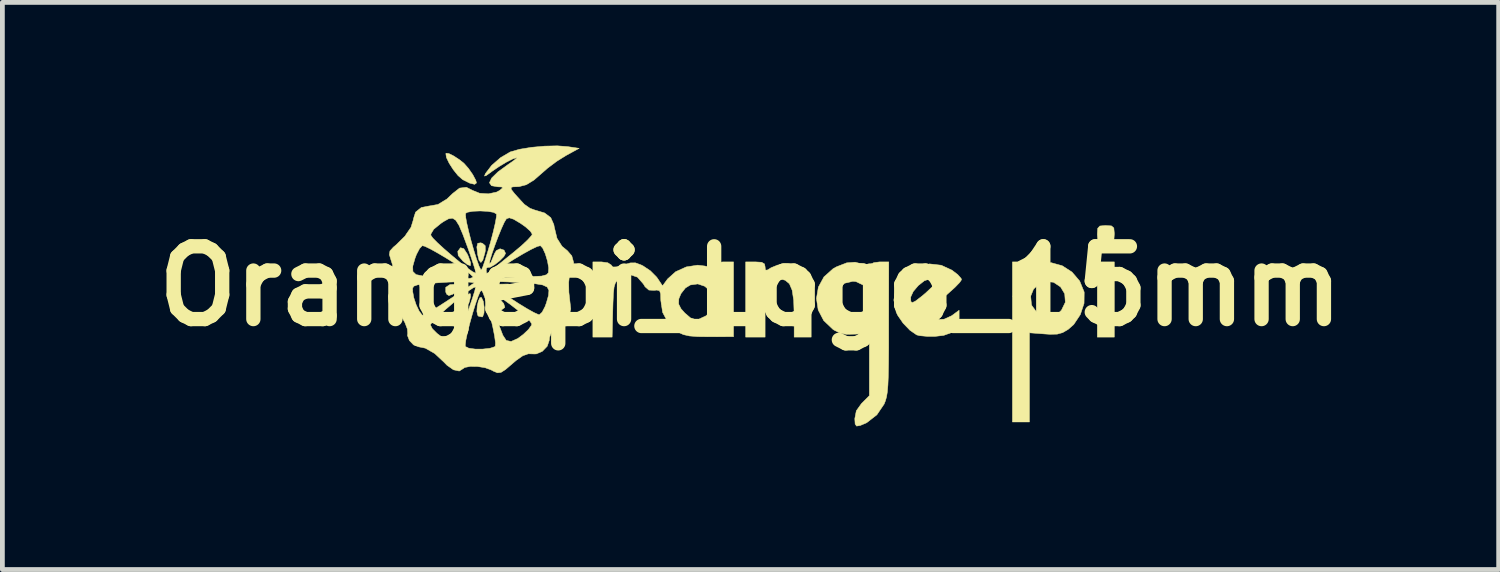
<source format=kicad_pcb>
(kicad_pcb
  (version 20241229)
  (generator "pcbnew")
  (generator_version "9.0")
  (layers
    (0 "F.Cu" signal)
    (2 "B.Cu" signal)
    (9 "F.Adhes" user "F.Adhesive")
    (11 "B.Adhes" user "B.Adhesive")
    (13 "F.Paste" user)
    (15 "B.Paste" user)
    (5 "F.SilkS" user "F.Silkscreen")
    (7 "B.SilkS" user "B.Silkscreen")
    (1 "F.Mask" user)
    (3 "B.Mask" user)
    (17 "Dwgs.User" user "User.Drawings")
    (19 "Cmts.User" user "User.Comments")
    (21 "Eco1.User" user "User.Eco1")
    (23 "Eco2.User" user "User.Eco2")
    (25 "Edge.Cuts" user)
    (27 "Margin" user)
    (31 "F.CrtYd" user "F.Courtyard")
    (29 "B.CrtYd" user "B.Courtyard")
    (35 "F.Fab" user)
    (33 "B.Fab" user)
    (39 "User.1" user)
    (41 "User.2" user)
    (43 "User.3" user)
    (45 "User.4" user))
  (footprint "Orangepi_Logo_15mm"
    (layer "F.Cu")
    (at 12.671 2.944)
    (property "Reference" "Orangepi_Logo_15mm" (at 0 0 0) (layer "F.SilkS") (effects (font (size 1.524 1.524) (thickness 0.3))))
    (attr through_hole)
    (fp_poly (pts (xy 7.62 1.067) (xy 7.264 1.067) (xy 7.264 -0.508) (xy 7.62 -0.508) (xy 7.62 1.067)) (stroke (width 0.01) (type solid)) (fill yes) (layer "F.SilkS"))
    (fp_poly (pts (xy -4.899 -0.402) (xy -4.896 -0.324) (xy -4.988 -0.262) (xy -5.161 -0.223) (xy -5.359 -0.196) (xy -5.207 -0.326) (xy -5.061 -0.43) (xy -4.96 -0.451) (xy -4.899 -0.402)) (stroke (width 0.01) (type solid)) (fill yes) (layer "F.SilkS"))
    (fp_poly (pts (xy -6.115 -0.042) (xy -5.918 -0.025) (xy -6.102 0.089) (xy -6.24 0.17) (xy -6.318 0.197) (xy -6.361 0.172) (xy -6.384 0.124) (xy -6.384 0.024) (xy -6.297 -0.033) (xy -6.127 -0.042) (xy -6.115 -0.042)) (stroke (width 0.01) (type solid)) (fill yes) (layer "F.SilkS"))
    (fp_poly (pts (xy -6.006 -0.785) (xy -5.931 -0.67) (xy -5.913 -0.63) (xy -5.862 -0.487) (xy -5.868 -0.429) (xy -5.932 -0.452) (xy -6.022 -0.523) (xy -6.123 -0.641) (xy -6.132 -0.729) (xy -6.075 -0.805) (xy -6.006 -0.785)) (stroke (width 0.01) (type solid)) (fill yes) (layer "F.SilkS"))
    (fp_poly (pts (xy -5.324 0.215) (xy -5.26 0.264) (xy -5.171 0.363) (xy -5.147 0.44) (xy -5.151 0.449) (xy -5.229 0.506) (xy -5.317 0.478) (xy -5.388 0.373) (xy -5.425 0.238) (xy -5.403 0.184) (xy -5.324 0.215)) (stroke (width 0.01) (type solid)) (fill yes) (layer "F.SilkS"))
    (fp_poly (pts (xy -5.612 -0.895) (xy -5.557 -0.847) (xy -5.555 -0.746) (xy -5.564 -0.699) (xy -5.607 -0.547) (xy -5.648 -0.495) (xy -5.687 -0.543) (xy -5.715 -0.659) (xy -5.733 -0.82) (xy -5.714 -0.898) (xy -5.651 -0.908) (xy -5.612 -0.895)) (stroke (width 0.01) (type solid)) (fill yes) (layer "F.SilkS"))
    (fp_poly (pts (xy -5.597 0.319) (xy -5.579 0.443) (xy -5.583 0.564) (xy -5.611 0.639) (xy -5.621 0.645) (xy -5.698 0.629) (xy -5.715 0.609) (xy -5.732 0.531) (xy -5.725 0.421) (xy -5.701 0.313) (xy -5.668 0.241) (xy -5.637 0.235) (xy -5.597 0.319)) (stroke (width 0.01) (type solid)) (fill yes) (layer "F.SilkS"))
    (fp_poly (pts (xy -4.951 -0.009) (xy -4.888 0.055) (xy -4.886 0.087) (xy -4.926 0.168) (xy -5.009 0.175) (xy -5.147 0.11) (xy -5.182 0.088) (xy -5.289 0.016) (xy -5.317 -0.02) (xy -5.274 -0.037) (xy -5.24 -0.042) (xy -5.077 -0.045) (xy -4.951 -0.009)) (stroke (width 0.01) (type solid)) (fill yes) (layer "F.SilkS"))
    (fp_poly (pts (xy -5.867 0.161) (xy -5.865 0.221) (xy -5.893 0.334) (xy -5.898 0.347) (xy -5.958 0.447) (xy -6.039 0.505) (xy -6.111 0.511) (xy -6.146 0.452) (xy -6.147 0.441) (xy -6.116 0.37) (xy -6.044 0.28) (xy -5.958 0.2) (xy -5.888 0.158) (xy -5.867 0.161)) (stroke (width 0.01) (type solid)) (fill yes) (layer "F.SilkS"))
    (fp_poly (pts (xy 7.561 -1.262) (xy 7.61 -1.218) (xy 7.62 -1.106) (xy 7.62 -1.092) (xy 7.612 -0.973) (xy 7.568 -0.924) (xy 7.456 -0.914) (xy 7.442 -0.914) (xy 7.323 -0.922) (xy 7.274 -0.967) (xy 7.264 -1.079) (xy 7.264 -1.092) (xy 7.272 -1.211) (xy 7.317 -1.26) (xy 7.429 -1.27) (xy 7.442 -1.27) (xy 7.561 -1.262)) (stroke (width 0.01) (type solid)) (fill yes) (layer "F.SilkS"))
    (fp_poly (pts (xy -6.32 -2.778) (xy -6.214 -2.725) (xy -6.09 -2.643) (xy -6.002 -2.572) (xy -5.909 -2.467) (xy -5.818 -2.336) (xy -5.755 -2.217) (xy -5.74 -2.162) (xy -5.779 -2.133) (xy -5.88 -2.157) (xy -6.022 -2.228) (xy -6.035 -2.236) (xy -6.127 -2.317) (xy -6.225 -2.439) (xy -6.312 -2.574) (xy -6.37 -2.695) (xy -6.382 -2.775) (xy -6.377 -2.784) (xy -6.32 -2.778)) (stroke (width 0.01) (type solid)) (fill yes) (layer "F.SilkS"))
    (fp_poly (pts (xy 0.234 -0.5) (xy 0.293 -0.465) (xy 0.305 -0.405) (xy 0.311 -0.338) (xy 0.349 -0.336) (xy 0.433 -0.387) (xy 0.569 -0.442) (xy 0.74 -0.47) (xy 0.773 -0.471) (xy 0.933 -0.454) (xy 1.052 -0.386) (xy 1.127 -0.311) (xy 1.187 -0.239) (xy 1.228 -0.171) (xy 1.252 -0.083) (xy 1.265 0.044) (xy 1.269 0.233) (xy 1.27 0.458) (xy 1.27 1.067) (xy 0.914 1.067) (xy 0.914 0.597) (xy 0.904 0.297) (xy 0.872 0.085) (xy 0.814 -0.051) (xy 0.726 -0.124) (xy 0.652 -0.143) (xy 0.522 -0.121) (xy 0.412 -0.021) (xy 0.36 0.059) (xy 0.328 0.156) (xy 0.311 0.294) (xy 0.305 0.499) (xy 0.305 0.591) (xy 0.305 1.067) (xy -0.102 1.067) (xy -0.102 -0.508) (xy 0.102 -0.508) (xy 0.234 -0.5)) (stroke (width 0.01) (type solid)) (fill yes) (layer "F.SilkS"))
    (fp_poly (pts (xy 5.787 -0.496) (xy 5.861 -0.466) (xy 5.864 -0.462) (xy 5.929 -0.444) (xy 6.055 -0.466) (xy 6.07 -0.47) (xy 6.299 -0.491) (xy 6.528 -0.428) (xy 6.734 -0.295) (xy 6.894 -0.108) (xy 6.987 0.119) (xy 6.989 0.132) (xy 6.986 0.36) (xy 6.908 0.596) (xy 6.77 0.803) (xy 6.654 0.905) (xy 6.538 0.973) (xy 6.423 1.005) (xy 6.268 1.008) (xy 6.16 1.001) (xy 5.842 0.977) (xy 5.842 2.845) (xy 5.486 2.845) (xy 5.486 0.209) (xy 5.868 0.209) (xy 5.884 0.382) (xy 5.894 0.41) (xy 6.002 0.556) (xy 6.155 0.629) (xy 6.324 0.624) (xy 6.48 0.537) (xy 6.515 0.5) (xy 6.594 0.337) (xy 6.581 0.16) (xy 6.494 0.016) (xy 6.346 -0.082) (xy 6.188 -0.097) (xy 6.042 -0.045) (xy 5.928 0.062) (xy 5.868 0.209) (xy 5.486 0.209) (xy 5.486 -0.508) (xy 5.661 -0.508) (xy 5.787 -0.496)) (stroke (width 0.01) (type solid)) (fill yes) (layer "F.SilkS"))
    (fp_poly (pts (xy 3.995 -0.438) (xy 4.22 -0.334) (xy 4.339 -0.243) (xy 4.41 -0.163) (xy 4.42 -0.136) (xy 4.382 -0.079) (xy 4.282 0.025) (xy 4.135 0.157) (xy 4.016 0.257) (xy 3.849 0.398) (xy 3.718 0.519) (xy 3.64 0.605) (xy 3.626 0.635) (xy 3.681 0.669) (xy 3.801 0.696) (xy 3.86 0.702) (xy 4.055 0.692) (xy 4.209 0.622) (xy 4.225 0.611) (xy 4.369 0.505) (xy 4.369 0.676) (xy 4.336 0.848) (xy 4.231 0.965) (xy 4.046 1.031) (xy 3.872 1.051) (xy 3.693 1.051) (xy 3.543 1.037) (xy 3.48 1.021) (xy 3.339 0.924) (xy 3.194 0.773) (xy 3.081 0.607) (xy 3.051 0.543) (xy 3.002 0.291) (xy 3.009 0.25) (xy 3.353 0.25) (xy 3.359 0.323) (xy 3.388 0.345) (xy 3.455 0.313) (xy 3.575 0.221) (xy 3.663 0.148) (xy 3.813 0.008) (xy 3.874 -0.086) (xy 3.847 -0.138) (xy 3.752 -0.152) (xy 3.639 -0.112) (xy 3.514 -0.013) (xy 3.408 0.112) (xy 3.354 0.23) (xy 3.353 0.25) (xy 3.009 0.25) (xy 3.04 0.058) (xy 3.148 -0.146) (xy 3.313 -0.308) (xy 3.519 -0.419) (xy 3.751 -0.466) (xy 3.995 -0.438)) (stroke (width 0.01) (type solid)) (fill yes) (layer "F.SilkS"))
    (fp_poly (pts (xy 2.894 0.876) (xy 2.894 1.295) (xy 2.891 1.625) (xy 2.886 1.879) (xy 2.878 2.071) (xy 2.866 2.213) (xy 2.849 2.318) (xy 2.826 2.4) (xy 2.799 2.469) (xy 2.646 2.695) (xy 2.431 2.862) (xy 2.299 2.918) (xy 2.222 2.931) (xy 2.191 2.889) (xy 2.184 2.776) (xy 2.216 2.61) (xy 2.324 2.459) (xy 2.337 2.446) (xy 2.489 2.294) (xy 2.489 0.984) (xy 2.197 1.005) (xy 2.008 1.009) (xy 1.874 0.984) (xy 1.749 0.92) (xy 1.727 0.905) (xy 1.533 0.721) (xy 1.417 0.498) (xy 1.394 0.344) (xy 1.788 0.344) (xy 1.851 0.491) (xy 1.983 0.603) (xy 2.032 0.624) (xy 2.154 0.653) (xy 2.259 0.622) (xy 2.355 0.555) (xy 2.462 0.418) (xy 2.492 0.258) (xy 2.453 0.1) (xy 2.355 -0.026) (xy 2.207 -0.096) (xy 2.143 -0.102) (xy 1.97 -0.061) (xy 1.851 0.043) (xy 1.789 0.186) (xy 1.788 0.344) (xy 1.394 0.344) (xy 1.381 0.258) (xy 1.421 0.02) (xy 1.538 -0.194) (xy 1.729 -0.365) (xy 1.803 -0.406) (xy 2.013 -0.488) (xy 2.19 -0.502) (xy 2.357 -0.459) (xy 2.473 -0.436) (xy 2.516 -0.459) (xy 2.582 -0.492) (xy 2.705 -0.508) (xy 2.721 -0.508) (xy 2.896 -0.508) (xy 2.894 0.876)) (stroke (width 0.01) (type solid)) (fill yes) (layer "F.SilkS"))
    (fp_poly (pts (xy -2.99 -0.49) (xy -2.919 -0.444) (xy -2.917 -0.44) (xy -2.884 -0.402) (xy -2.812 -0.403) (xy -2.674 -0.443) (xy -2.667 -0.445) (xy -2.518 -0.487) (xy -2.411 -0.488) (xy -2.293 -0.445) (xy -2.251 -0.424) (xy -2.097 -0.321) (xy -1.967 -0.19) (xy -1.951 -0.168) (xy -1.843 -0.006) (xy -1.737 -0.151) (xy -1.569 -0.302) (xy -1.346 -0.403) (xy -1.108 -0.44) (xy -0.96 -0.422) (xy -0.83 -0.395) (xy -0.772 -0.405) (xy -0.762 -0.439) (xy -0.717 -0.489) (xy -0.579 -0.508) (xy -0.559 -0.508) (xy -0.356 -0.508) (xy -0.356 1.058) (xy -0.854 1.06) (xy -1.105 1.057) (xy -1.28 1.043) (xy -1.405 1.015) (xy -1.505 0.969) (xy -1.515 0.963) (xy -1.717 0.784) (xy -1.842 0.547) (xy -1.868 0.373) (xy -1.507 0.373) (xy -1.456 0.474) (xy -1.376 0.563) (xy -1.257 0.665) (xy -1.158 0.698) (xy -1.078 0.689) (xy -0.939 0.625) (xy -0.851 0.551) (xy -0.772 0.396) (xy -0.775 0.241) (xy -0.843 0.104) (xy -0.959 0.002) (xy -1.104 -0.047) (xy -1.261 -0.025) (xy -1.364 0.038) (xy -1.457 0.157) (xy -1.502 0.265) (xy -1.507 0.373) (xy -1.868 0.373) (xy -1.879 0.301) (xy -1.883 0.159) (xy -1.906 0.095) (xy -1.963 0.082) (xy -2.019 0.088) (xy -2.129 0.082) (xy -2.209 0.012) (xy -2.244 -0.046) (xy -2.369 -0.189) (xy -2.523 -0.24) (xy -2.689 -0.197) (xy -2.735 -0.166) (xy -2.794 -0.118) (xy -2.833 -0.062) (xy -2.858 0.02) (xy -2.872 0.151) (xy -2.881 0.351) (xy -2.885 0.501) (xy -2.899 1.067) (xy -3.302 1.067) (xy -3.302 -0.508) (xy -3.123 -0.508) (xy -2.99 -0.49)) (stroke (width 0.01) (type solid)) (fill yes) (layer "F.SilkS"))
    (fp_poly (pts (xy -3.832 -2.923) (xy -3.59 -2.887) (xy -3.865 -2.737) (xy -4.059 -2.616) (xy -4.252 -2.471) (xy -4.343 -2.391) (xy -4.537 -2.222) (xy -4.698 -2.124) (xy -4.849 -2.085) (xy -4.899 -2.083) (xy -4.98 -2.08) (xy -5.018 -2.064) (xy -5.008 -2.021) (xy -4.942 -1.937) (xy -4.816 -1.798) (xy -4.737 -1.713) (xy -4.619 -1.631) (xy -4.523 -1.596) (xy -4.313 -1.533) (xy -4.185 -1.436) (xy -4.12 -1.29) (xy -4.112 -1.243) (xy -4.054 -1.003) (xy -3.948 -0.834) (xy -3.837 -0.743) (xy -3.744 -0.635) (xy -3.705 -0.495) (xy -3.729 -0.366) (xy -3.756 -0.328) (xy -3.792 -0.238) (xy -3.809 -0.076) (xy -3.805 0.128) (xy -3.781 0.341) (xy -3.765 0.479) (xy -3.784 0.554) (xy -3.853 0.603) (xy -3.881 0.616) (xy -4.025 0.727) (xy -4.144 0.894) (xy -4.211 1.076) (xy -4.216 1.135) (xy -4.259 1.259) (xy -4.361 1.365) (xy -4.487 1.419) (xy -4.53 1.42) (xy -4.655 1.417) (xy -4.771 1.458) (xy -4.909 1.555) (xy -4.992 1.626) (xy -5.132 1.746) (xy -5.226 1.806) (xy -5.301 1.815) (xy -5.386 1.78) (xy -5.436 1.753) (xy -5.56 1.708) (xy -5.717 1.683) (xy -5.872 1.681) (xy -5.986 1.703) (xy -6.02 1.727) (xy -6.102 1.778) (xy -6.222 1.752) (xy -6.359 1.656) (xy -6.418 1.595) (xy -6.615 1.411) (xy -6.811 1.299) (xy -6.954 1.27) (xy -7.04 1.237) (xy -5.976 1.237) (xy -5.972 1.265) (xy -5.901 1.3) (xy -5.767 1.318) (xy -5.608 1.318) (xy -5.46 1.302) (xy -5.361 1.27) (xy -5.347 1.257) (xy -5.342 1.188) (xy -5.361 1.047) (xy -5.398 0.859) (xy -5.447 0.648) (xy -5.503 0.44) (xy -5.558 0.26) (xy -5.607 0.131) (xy -5.634 0.087) (xy -5.663 0.114) (xy -5.708 0.219) (xy -5.763 0.378) (xy -5.823 0.571) (xy -5.88 0.776) (xy -5.929 0.969) (xy -5.963 1.131) (xy -5.976 1.237) (xy -7.04 1.237) (xy -7.057 1.231) (xy -7.145 1.139) (xy -7.186 1.033) (xy -7.181 0.99) (xy -7.188 0.898) (xy -7.221 0.812) (xy -6.706 0.812) (xy -6.665 0.892) (xy -6.564 0.992) (xy -6.436 1.087) (xy -6.31 1.153) (xy -6.242 1.168) (xy -6.154 1.127) (xy -6.122 1.079) (xy -6.046 0.881) (xy -5.967 0.664) (xy -5.891 0.448) (xy -5.826 0.256) (xy -5.779 0.108) (xy -5.763 0.044) (xy -5.537 0.044) (xy -5.52 0.113) (xy -5.472 0.258) (xy -5.401 0.459) (xy -5.314 0.698) (xy -5.216 0.956) (xy -5.188 1.029) (xy -5.117 1.137) (xy -5.015 1.159) (xy -4.874 1.096) (xy -4.759 1.01) (xy -4.65 0.906) (xy -4.588 0.819) (xy -4.582 0.788) (xy -4.629 0.723) (xy -4.735 0.622) (xy -4.879 0.501) (xy -5.041 0.376) (xy -5.2 0.262) (xy -5.335 0.176) (xy -5.424 0.133) (xy -5.445 0.133) (xy -5.478 0.137) (xy -5.468 0.113) (xy -5.468 0.042) (xy -5.486 0.026) (xy -5.533 0.027) (xy -5.537 0.044) (xy -5.763 0.044) (xy -5.758 0.026) (xy -5.758 0.016) (xy -5.808 0.033) (xy -5.914 0.103) (xy -6.057 0.212) (xy -6.22 0.344) (xy -6.384 0.484) (xy -6.531 0.617) (xy -6.643 0.727) (xy -6.701 0.799) (xy -6.706 0.812) (xy -7.221 0.812) (xy -7.24 0.763) (xy -7.32 0.62) (xy -7.407 0.505) (xy -7.462 0.46) (xy -7.572 0.357) (xy -7.589 0.213) (xy -7.548 0.097) (xy -7.079 0.097) (xy -7.078 0.106) (xy -7.053 0.244) (xy -7.003 0.393) (xy -6.941 0.523) (xy -6.882 0.601) (xy -6.86 0.61) (xy -6.799 0.583) (xy -6.673 0.51) (xy -6.499 0.402) (xy -6.296 0.27) (xy -6.291 0.267) (xy -5.775 -0.076) (xy -5.92 -0.086) (xy -5.468 -0.086) (xy -5.442 -0.048) (xy -5.349 0.03) (xy -5.206 0.133) (xy -5.035 0.25) (xy -4.853 0.367) (xy -4.681 0.472) (xy -4.538 0.552) (xy -4.444 0.594) (xy -4.422 0.598) (xy -4.365 0.545) (xy -4.303 0.426) (xy -4.275 0.348) (xy -4.232 0.195) (xy -4.223 0.089) (xy -4.26 0.018) (xy -4.356 -0.026) (xy -4.525 -0.053) (xy -4.78 -0.073) (xy -4.85 -0.077) (xy -5.084 -0.089) (xy -5.28 -0.095) (xy -5.415 -0.094) (xy -5.468 -0.086) (xy -5.92 -0.086) (xy -5.973 -0.09) (xy -6.116 -0.092) (xy -6.323 -0.085) (xy -6.555 -0.07) (xy -6.629 -0.064) (xy -6.845 -0.045) (xy -6.979 -0.026) (xy -7.05 -0.001) (xy -7.077 0.038) (xy -7.079 0.097) (xy -7.548 0.097) (xy -7.545 0.088) (xy -7.473 -0.166) (xy -7.496 -0.415) (xy -7.076 -0.415) (xy -7.072 -0.306) (xy -7.006 -0.242) (xy -6.865 -0.214) (xy -6.637 -0.209) (xy -6.61 -0.209) (xy -6.441 -0.214) (xy -6.333 -0.224) (xy -6.303 -0.235) (xy -6.312 -0.238) (xy -6.387 -0.296) (xy -6.393 -0.381) (xy -6.349 -0.432) (xy -6.278 -0.427) (xy -6.16 -0.377) (xy -6.108 -0.347) (xy -5.918 -0.23) (xy -6.071 -0.197) (xy -6.153 -0.177) (xy -6.151 -0.166) (xy -6.057 -0.16) (xy -6.004 -0.158) (xy -5.878 -0.163) (xy -5.846 -0.173) (xy -5.471 -0.173) (xy -5.446 -0.154) (xy -5.353 -0.154) (xy -5.187 -0.169) (xy -4.951 -0.189) (xy -4.699 -0.201) (xy -4.563 -0.203) (xy -4.377 -0.211) (xy -4.273 -0.239) (xy -4.234 -0.281) (xy -4.228 -0.382) (xy -4.253 -0.527) (xy -4.299 -0.678) (xy -4.354 -0.798) (xy -4.401 -0.848) (xy -4.466 -0.832) (xy -4.594 -0.771) (xy -4.763 -0.678) (xy -4.95 -0.567) (xy -5.135 -0.45) (xy -5.296 -0.34) (xy -5.411 -0.25) (xy -5.447 -0.215) (xy -5.471 -0.173) (xy -5.846 -0.173) (xy -5.813 -0.183) (xy -5.812 -0.195) (xy -5.874 -0.255) (xy -5.999 -0.347) (xy -6.166 -0.458) (xy -6.353 -0.575) (xy -6.539 -0.686) (xy -6.702 -0.777) (xy -6.822 -0.835) (xy -6.876 -0.848) (xy -6.933 -0.787) (xy -6.998 -0.663) (xy -7.029 -0.58) (xy -7.076 -0.415) (xy -7.496 -0.415) (xy -7.499 -0.446) (xy -7.531 -0.548) (xy -7.565 -0.661) (xy -7.553 -0.737) (xy -7.482 -0.816) (xy -7.422 -0.866) (xy -7.237 -1.049) (xy -7.227 -1.065) (xy -6.696 -1.065) (xy -6.655 -1.007) (xy -6.556 -0.907) (xy -6.417 -0.78) (xy -6.256 -0.641) (xy -6.092 -0.505) (xy -5.942 -0.388) (xy -5.826 -0.305) (xy -5.761 -0.272) (xy -5.754 -0.274) (xy -5.764 -0.325) (xy -5.765 -0.331) (xy -5.537 -0.331) (xy -5.528 -0.269) (xy -5.483 -0.285) (xy -5.448 -0.313) (xy -5.371 -0.377) (xy -5.237 -0.486) (xy -5.069 -0.623) (xy -4.966 -0.706) (xy -4.799 -0.846) (xy -4.667 -0.97) (xy -4.587 -1.059) (xy -4.572 -1.089) (xy -4.612 -1.152) (xy -4.714 -1.243) (xy -4.813 -1.313) (xy -4.962 -1.402) (xy -5.054 -1.432) (xy -5.111 -1.412) (xy -5.115 -1.408) (xy -5.158 -1.338) (xy -5.219 -1.204) (xy -5.289 -1.032) (xy -5.358 -0.848) (xy -5.418 -0.677) (xy -5.458 -0.544) (xy -5.469 -0.475) (xy -5.467 -0.472) (xy -5.438 -0.496) (xy -5.409 -0.568) (xy -5.36 -0.686) (xy -5.324 -0.746) (xy -5.246 -0.783) (xy -5.164 -0.755) (xy -5.131 -0.686) (xy -5.166 -0.621) (xy -5.251 -0.535) (xy -5.357 -0.452) (xy -5.452 -0.397) (xy -5.506 -0.392) (xy -5.531 -0.378) (xy -5.537 -0.331) (xy -5.765 -0.331) (xy -5.802 -0.452) (xy -5.862 -0.633) (xy -5.924 -0.809) (xy -6.025 -1.082) (xy -6.104 -1.269) (xy -6.173 -1.38) (xy -6.242 -1.424) (xy -6.324 -1.412) (xy -6.428 -1.354) (xy -6.484 -1.316) (xy -6.636 -1.192) (xy -6.696 -1.092) (xy -6.696 -1.065) (xy -7.227 -1.065) (xy -7.112 -1.233) (xy -7.062 -1.394) (xy -7.062 -1.406) (xy -7.045 -1.46) (xy -5.969 -1.46) (xy -5.946 -1.328) (xy -5.905 -1.15) (xy -5.853 -0.948) (xy -5.795 -0.745) (xy -5.738 -0.563) (xy -5.688 -0.422) (xy -5.65 -0.346) (xy -5.637 -0.34) (xy -5.608 -0.403) (xy -5.56 -0.542) (xy -5.5 -0.736) (xy -5.448 -0.914) (xy -5.389 -1.137) (xy -5.345 -1.327) (xy -5.322 -1.46) (xy -5.321 -1.511) (xy -5.381 -1.546) (xy -5.507 -1.567) (xy -5.663 -1.575) (xy -5.816 -1.569) (xy -5.93 -1.548) (xy -5.968 -1.525) (xy -5.969 -1.46) (xy -7.045 -1.46) (xy -7.016 -1.551) (xy -6.896 -1.647) (xy -6.749 -1.676) (xy -6.548 -1.711) (xy -6.36 -1.825) (xy -6.241 -1.939) (xy -6.094 -2.054) (xy -5.952 -2.071) (xy -5.82 -2.005) (xy -5.674 -1.946) (xy -5.491 -1.934) (xy -5.32 -1.97) (xy -5.255 -2.005) (xy -5.191 -2.059) (xy -5.213 -2.078) (xy -5.293 -2.081) (xy -5.426 -2.104) (xy -5.469 -2.166) (xy -5.423 -2.264) (xy -5.29 -2.394) (xy -5.088 -2.541) (xy -4.969 -2.624) (xy -4.901 -2.679) (xy -4.896 -2.692) (xy -4.98 -2.666) (xy -5.116 -2.597) (xy -5.273 -2.502) (xy -5.423 -2.4) (xy -5.431 -2.393) (xy -5.535 -2.318) (xy -5.572 -2.306) (xy -5.556 -2.351) (xy -5.55 -2.362) (xy -5.422 -2.53) (xy -5.237 -2.691) (xy -5.037 -2.809) (xy -5.025 -2.814) (xy -4.84 -2.867) (xy -4.59 -2.908) (xy -4.313 -2.933) (xy -4.046 -2.939) (xy -3.832 -2.923)) (stroke (width 0.01) (type solid)) (fill yes) (layer "F.SilkS")))
  (gr_rect
    (start -3 -3)
    (end 28.342 8.88)
    (stroke (width 0.1) (type default))
    (fill no)
    (layer "Edge.Cuts")))
</source>
